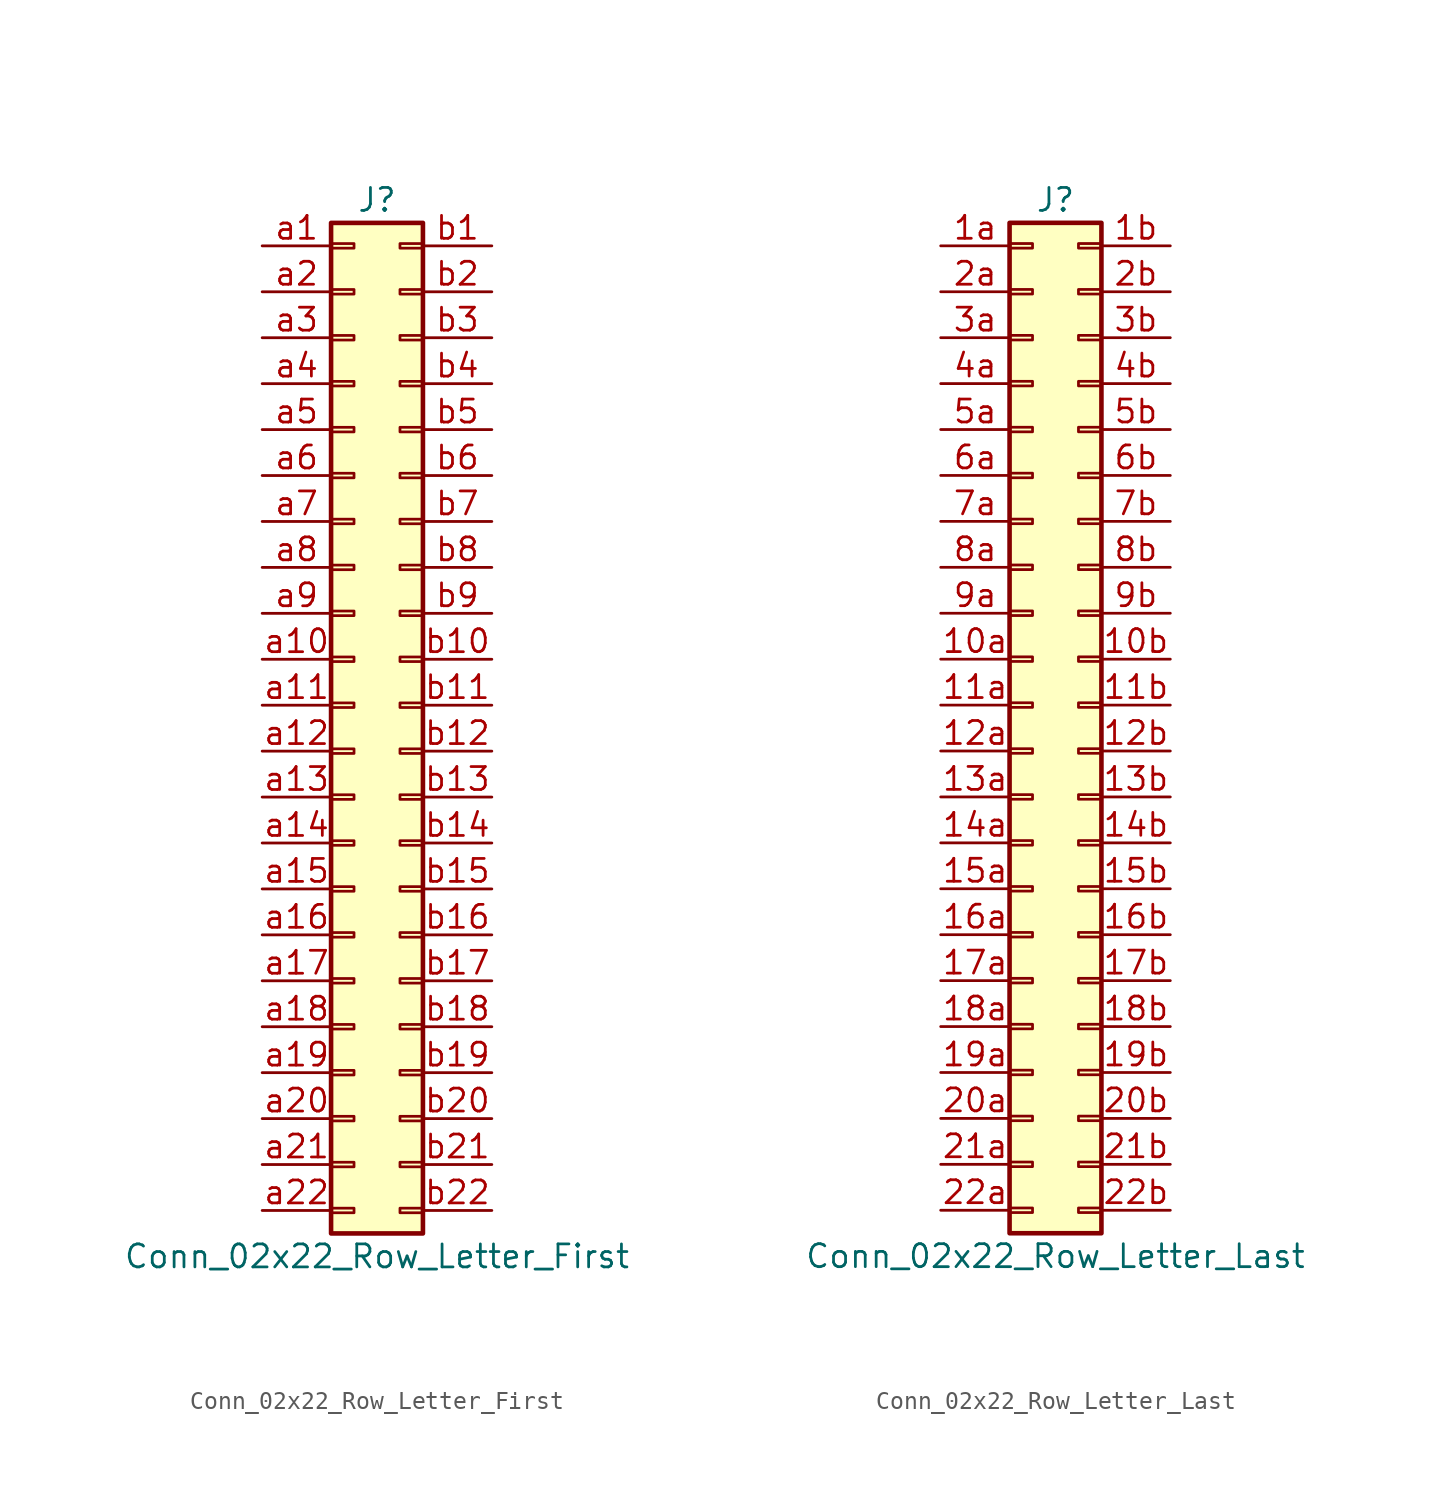
<source format=kicad_sym>
(kicad_symbol_lib
  (version 20201005)
  (generator kicad_symbol_editor)
  (symbol "Connector_Generic:Conn_02x22_Row_Letter_First"
    (pin_names
      (offset 1.016) hide)
    (property "Reference" "J"
      (at 1.27 27.94 0)
      (effects (font (size 1.27 1.27))))
    (property "Value" "Conn_02x22_Row_Letter_First"
      (at 1.27 -30.48 0)
      (effects (font (size 1.27 1.27))))
    (symbol "Conn_02x22_Row_Letter_First_1_1"
      (rectangle (start -1.27 -27.813) (end 0 -28.067) (stroke (width 0.152)) (fill (type none)))
      (rectangle (start -1.27 -4.953) (end 0 -5.207) (stroke (width 0.152)) (fill (type none)))
      (rectangle (start -1.27 -7.493) (end 0 -7.747) (stroke (width 0.152)) (fill (type none)))
      (rectangle (start -1.27 -10.033) (end 0 -10.287) (stroke (width 0.152)) (fill (type none)))
      (rectangle (start -1.27 -12.573) (end 0 -12.827) (stroke (width 0.152)) (fill (type none)))
      (rectangle (start -1.27 -15.113) (end 0 -15.367) (stroke (width 0.152)) (fill (type none)))
      (rectangle (start -1.27 -17.653) (end 0 -17.907) (stroke (width 0.152)) (fill (type none)))
      (rectangle (start -1.27 -20.193) (end 0 -20.447) (stroke (width 0.152)) (fill (type none)))
      (rectangle (start -1.27 -22.733) (end 0 -22.987) (stroke (width 0.152)) (fill (type none)))
      (rectangle (start -1.27 -2.413) (end 0 -2.667) (stroke (width 0.152)) (fill (type none)))
      (rectangle (start -1.27 -25.273) (end 0 -25.527) (stroke (width 0.152)) (fill (type none)))
      (rectangle (start -1.27 25.527) (end 0 25.273) (stroke (width 0.152)) (fill (type none)))
      (rectangle (start -1.27 2.667) (end 0 2.413) (stroke (width 0.152)) (fill (type none)))
      (rectangle (start -1.27 26.67) (end 3.81 -29.21) (stroke (width 0.254)) (fill (type background)))
      (rectangle (start -1.27 5.207) (end 0 4.953) (stroke (width 0.152)) (fill (type none)))
      (rectangle (start -1.27 7.747) (end 0 7.493) (stroke (width 0.152)) (fill (type none)))
      (rectangle (start -1.27 10.287) (end 0 10.033) (stroke (width 0.152)) (fill (type none)))
      (rectangle (start -1.27 0.127) (end 0 -0.127) (stroke (width 0.152)) (fill (type none)))
      (rectangle (start -1.27 12.827) (end 0 12.573) (stroke (width 0.152)) (fill (type none)))
      (rectangle (start -1.27 15.367) (end 0 15.113) (stroke (width 0.152)) (fill (type none)))
      (rectangle (start -1.27 17.907) (end 0 17.653) (stroke (width 0.152)) (fill (type none)))
      (rectangle (start -1.27 20.447) (end 0 20.193) (stroke (width 0.152)) (fill (type none)))
      (rectangle (start -1.27 22.987) (end 0 22.733) (stroke (width 0.152)) (fill (type none)))
      (rectangle (start 3.81 -27.813) (end 2.54 -28.067) (stroke (width 0.152)) (fill (type none)))
      (rectangle (start 3.81 -4.953) (end 2.54 -5.207) (stroke (width 0.152)) (fill (type none)))
      (rectangle (start 3.81 -7.493) (end 2.54 -7.747) (stroke (width 0.152)) (fill (type none)))
      (rectangle (start 3.81 -10.033) (end 2.54 -10.287) (stroke (width 0.152)) (fill (type none)))
      (rectangle (start 3.81 -12.573) (end 2.54 -12.827) (stroke (width 0.152)) (fill (type none)))
      (rectangle (start 3.81 -15.113) (end 2.54 -15.367) (stroke (width 0.152)) (fill (type none)))
      (rectangle (start 3.81 -17.653) (end 2.54 -17.907) (stroke (width 0.152)) (fill (type none)))
      (rectangle (start 3.81 -20.193) (end 2.54 -20.447) (stroke (width 0.152)) (fill (type none)))
      (rectangle (start 3.81 -22.733) (end 2.54 -22.987) (stroke (width 0.152)) (fill (type none)))
      (rectangle (start 3.81 -2.413) (end 2.54 -2.667) (stroke (width 0.152)) (fill (type none)))
      (rectangle (start 3.81 -25.273) (end 2.54 -25.527) (stroke (width 0.152)) (fill (type none)))
      (rectangle (start 3.81 25.527) (end 2.54 25.273) (stroke (width 0.152)) (fill (type none)))
      (rectangle (start 3.81 2.667) (end 2.54 2.413) (stroke (width 0.152)) (fill (type none)))
      (rectangle (start 3.81 5.207) (end 2.54 4.953) (stroke (width 0.152)) (fill (type none)))
      (rectangle (start 3.81 7.747) (end 2.54 7.493) (stroke (width 0.152)) (fill (type none)))
      (rectangle (start 3.81 10.287) (end 2.54 10.033) (stroke (width 0.152)) (fill (type none)))
      (rectangle (start 3.81 0.127) (end 2.54 -0.127) (stroke (width 0.152)) (fill (type none)))
      (rectangle (start 3.81 12.827) (end 2.54 12.573) (stroke (width 0.152)) (fill (type none)))
      (rectangle (start 3.81 15.367) (end 2.54 15.113) (stroke (width 0.152)) (fill (type none)))
      (rectangle (start 3.81 17.907) (end 2.54 17.653) (stroke (width 0.152)) (fill (type none)))
      (rectangle (start 3.81 20.447) (end 2.54 20.193) (stroke (width 0.152)) (fill (type none)))
      (rectangle (start 3.81 22.987) (end 2.54 22.733) (stroke (width 0.152)) (fill (type none)))
      (pin passive line (at -5.08 25.4 0) (length 3.81) (name "Pin_a1" (effects (font (size 1.27 1.27)))) (number "a1" (effects (font (size 1.27 1.27)))))
      (pin passive line (at -5.08 2.54 0) (length 3.81) (name "Pin_a10" (effects (font (size 1.27 1.27)))) (number "a10" (effects (font (size 1.27 1.27)))))
      (pin passive line (at -5.08 0 0) (length 3.81) (name "Pin_a11" (effects (font (size 1.27 1.27)))) (number "a11" (effects (font (size 1.27 1.27)))))
      (pin passive line (at -5.08 -2.54 0) (length 3.81) (name "Pin_a12" (effects (font (size 1.27 1.27)))) (number "a12" (effects (font (size 1.27 1.27)))))
      (pin passive line (at -5.08 -5.08 0) (length 3.81) (name "Pin_a13" (effects (font (size 1.27 1.27)))) (number "a13" (effects (font (size 1.27 1.27)))))
      (pin passive line (at -5.08 -7.62 0) (length 3.81) (name "Pin_a14" (effects (font (size 1.27 1.27)))) (number "a14" (effects (font (size 1.27 1.27)))))
      (pin passive line (at -5.08 -10.16 0) (length 3.81) (name "Pin_a15" (effects (font (size 1.27 1.27)))) (number "a15" (effects (font (size 1.27 1.27)))))
      (pin passive line (at -5.08 -12.7 0) (length 3.81) (name "Pin_a16" (effects (font (size 1.27 1.27)))) (number "a16" (effects (font (size 1.27 1.27)))))
      (pin passive line (at -5.08 -15.24 0) (length 3.81) (name "Pin_a17" (effects (font (size 1.27 1.27)))) (number "a17" (effects (font (size 1.27 1.27)))))
      (pin passive line (at -5.08 -17.78 0) (length 3.81) (name "Pin_a18" (effects (font (size 1.27 1.27)))) (number "a18" (effects (font (size 1.27 1.27)))))
      (pin passive line (at -5.08 -20.32 0) (length 3.81) (name "Pin_a19" (effects (font (size 1.27 1.27)))) (number "a19" (effects (font (size 1.27 1.27)))))
      (pin passive line (at -5.08 22.86 0) (length 3.81) (name "Pin_a2" (effects (font (size 1.27 1.27)))) (number "a2" (effects (font (size 1.27 1.27)))))
      (pin passive line (at -5.08 -22.86 0) (length 3.81) (name "Pin_a20" (effects (font (size 1.27 1.27)))) (number "a20" (effects (font (size 1.27 1.27)))))
      (pin passive line (at -5.08 -25.4 0) (length 3.81) (name "Pin_a21" (effects (font (size 1.27 1.27)))) (number "a21" (effects (font (size 1.27 1.27)))))
      (pin passive line (at -5.08 -27.94 0) (length 3.81) (name "Pin_a22" (effects (font (size 1.27 1.27)))) (number "a22" (effects (font (size 1.27 1.27)))))
      (pin passive line (at -5.08 20.32 0) (length 3.81) (name "Pin_a3" (effects (font (size 1.27 1.27)))) (number "a3" (effects (font (size 1.27 1.27)))))
      (pin passive line (at -5.08 17.78 0) (length 3.81) (name "Pin_a4" (effects (font (size 1.27 1.27)))) (number "a4" (effects (font (size 1.27 1.27)))))
      (pin passive line (at -5.08 15.24 0) (length 3.81) (name "Pin_a5" (effects (font (size 1.27 1.27)))) (number "a5" (effects (font (size 1.27 1.27)))))
      (pin passive line (at -5.08 12.7 0) (length 3.81) (name "Pin_a6" (effects (font (size 1.27 1.27)))) (number "a6" (effects (font (size 1.27 1.27)))))
      (pin passive line (at -5.08 10.16 0) (length 3.81) (name "Pin_a7" (effects (font (size 1.27 1.27)))) (number "a7" (effects (font (size 1.27 1.27)))))
      (pin passive line (at -5.08 7.62 0) (length 3.81) (name "Pin_a8" (effects (font (size 1.27 1.27)))) (number "a8" (effects (font (size 1.27 1.27)))))
      (pin passive line (at -5.08 5.08 0) (length 3.81) (name "Pin_a9" (effects (font (size 1.27 1.27)))) (number "a9" (effects (font (size 1.27 1.27)))))
      (pin passive line (at 7.62 25.4 180) (length 3.81) (name "Pin_b1" (effects (font (size 1.27 1.27)))) (number "b1" (effects (font (size 1.27 1.27)))))
      (pin passive line (at 7.62 2.54 180) (length 3.81) (name "Pin_b10" (effects (font (size 1.27 1.27)))) (number "b10" (effects (font (size 1.27 1.27)))))
      (pin passive line (at 7.62 0 180) (length 3.81) (name "Pin_b11" (effects (font (size 1.27 1.27)))) (number "b11" (effects (font (size 1.27 1.27)))))
      (pin passive line (at 7.62 -2.54 180) (length 3.81) (name "Pin_b12" (effects (font (size 1.27 1.27)))) (number "b12" (effects (font (size 1.27 1.27)))))
      (pin passive line (at 7.62 -5.08 180) (length 3.81) (name "Pin_b13" (effects (font (size 1.27 1.27)))) (number "b13" (effects (font (size 1.27 1.27)))))
      (pin passive line (at 7.62 -7.62 180) (length 3.81) (name "Pin_b14" (effects (font (size 1.27 1.27)))) (number "b14" (effects (font (size 1.27 1.27)))))
      (pin passive line (at 7.62 -10.16 180) (length 3.81) (name "Pin_b15" (effects (font (size 1.27 1.27)))) (number "b15" (effects (font (size 1.27 1.27)))))
      (pin passive line (at 7.62 -12.7 180) (length 3.81) (name "Pin_b16" (effects (font (size 1.27 1.27)))) (number "b16" (effects (font (size 1.27 1.27)))))
      (pin passive line (at 7.62 -15.24 180) (length 3.81) (name "Pin_b17" (effects (font (size 1.27 1.27)))) (number "b17" (effects (font (size 1.27 1.27)))))
      (pin passive line (at 7.62 -17.78 180) (length 3.81) (name "Pin_b18" (effects (font (size 1.27 1.27)))) (number "b18" (effects (font (size 1.27 1.27)))))
      (pin passive line (at 7.62 -20.32 180) (length 3.81) (name "Pin_b19" (effects (font (size 1.27 1.27)))) (number "b19" (effects (font (size 1.27 1.27)))))
      (pin passive line (at 7.62 22.86 180) (length 3.81) (name "Pin_b2" (effects (font (size 1.27 1.27)))) (number "b2" (effects (font (size 1.27 1.27)))))
      (pin passive line (at 7.62 -22.86 180) (length 3.81) (name "Pin_b20" (effects (font (size 1.27 1.27)))) (number "b20" (effects (font (size 1.27 1.27)))))
      (pin passive line (at 7.62 -25.4 180) (length 3.81) (name "Pin_b21" (effects (font (size 1.27 1.27)))) (number "b21" (effects (font (size 1.27 1.27)))))
      (pin passive line (at 7.62 -27.94 180) (length 3.81) (name "Pin_b22" (effects (font (size 1.27 1.27)))) (number "b22" (effects (font (size 1.27 1.27)))))
      (pin passive line (at 7.62 20.32 180) (length 3.81) (name "Pin_b3" (effects (font (size 1.27 1.27)))) (number "b3" (effects (font (size 1.27 1.27)))))
      (pin passive line (at 7.62 17.78 180) (length 3.81) (name "Pin_b4" (effects (font (size 1.27 1.27)))) (number "b4" (effects (font (size 1.27 1.27)))))
      (pin passive line (at 7.62 15.24 180) (length 3.81) (name "Pin_b5" (effects (font (size 1.27 1.27)))) (number "b5" (effects (font (size 1.27 1.27)))))
      (pin passive line (at 7.62 12.7 180) (length 3.81) (name "Pin_b6" (effects (font (size 1.27 1.27)))) (number "b6" (effects (font (size 1.27 1.27)))))
      (pin passive line (at 7.62 10.16 180) (length 3.81) (name "Pin_b7" (effects (font (size 1.27 1.27)))) (number "b7" (effects (font (size 1.27 1.27)))))
      (pin passive line (at 7.62 7.62 180) (length 3.81) (name "Pin_b8" (effects (font (size 1.27 1.27)))) (number "b8" (effects (font (size 1.27 1.27)))))
      (pin passive line (at 7.62 5.08 180) (length 3.81) (name "Pin_b9" (effects (font (size 1.27 1.27)))) (number "b9" (effects (font (size 1.27 1.27)))))))
  (symbol "Connector_Generic:Conn_02x22_Row_Letter_Last"
    (pin_names
      (offset 1.016) hide)
    (property "Reference" "J"
      (at 1.27 27.94 0)
      (effects (font (size 1.27 1.27))))
    (property "Value" "Conn_02x22_Row_Letter_Last"
      (at 1.27 -30.48 0)
      (effects (font (size 1.27 1.27))))
    (symbol "Conn_02x22_Row_Letter_Last_1_1"
      (rectangle (start -1.27 -27.813) (end 0 -28.067) (stroke (width 0.152)) (fill (type none)))
      (rectangle (start -1.27 -4.953) (end 0 -5.207) (stroke (width 0.152)) (fill (type none)))
      (rectangle (start -1.27 -7.493) (end 0 -7.747) (stroke (width 0.152)) (fill (type none)))
      (rectangle (start -1.27 -10.033) (end 0 -10.287) (stroke (width 0.152)) (fill (type none)))
      (rectangle (start -1.27 -12.573) (end 0 -12.827) (stroke (width 0.152)) (fill (type none)))
      (rectangle (start -1.27 -15.113) (end 0 -15.367) (stroke (width 0.152)) (fill (type none)))
      (rectangle (start -1.27 -17.653) (end 0 -17.907) (stroke (width 0.152)) (fill (type none)))
      (rectangle (start -1.27 -20.193) (end 0 -20.447) (stroke (width 0.152)) (fill (type none)))
      (rectangle (start -1.27 -22.733) (end 0 -22.987) (stroke (width 0.152)) (fill (type none)))
      (rectangle (start -1.27 -2.413) (end 0 -2.667) (stroke (width 0.152)) (fill (type none)))
      (rectangle (start -1.27 -25.273) (end 0 -25.527) (stroke (width 0.152)) (fill (type none)))
      (rectangle (start -1.27 25.527) (end 0 25.273) (stroke (width 0.152)) (fill (type none)))
      (rectangle (start -1.27 2.667) (end 0 2.413) (stroke (width 0.152)) (fill (type none)))
      (rectangle (start -1.27 26.67) (end 3.81 -29.21) (stroke (width 0.254)) (fill (type background)))
      (rectangle (start -1.27 5.207) (end 0 4.953) (stroke (width 0.152)) (fill (type none)))
      (rectangle (start -1.27 7.747) (end 0 7.493) (stroke (width 0.152)) (fill (type none)))
      (rectangle (start -1.27 10.287) (end 0 10.033) (stroke (width 0.152)) (fill (type none)))
      (rectangle (start -1.27 0.127) (end 0 -0.127) (stroke (width 0.152)) (fill (type none)))
      (rectangle (start -1.27 12.827) (end 0 12.573) (stroke (width 0.152)) (fill (type none)))
      (rectangle (start -1.27 15.367) (end 0 15.113) (stroke (width 0.152)) (fill (type none)))
      (rectangle (start -1.27 17.907) (end 0 17.653) (stroke (width 0.152)) (fill (type none)))
      (rectangle (start -1.27 20.447) (end 0 20.193) (stroke (width 0.152)) (fill (type none)))
      (rectangle (start -1.27 22.987) (end 0 22.733) (stroke (width 0.152)) (fill (type none)))
      (rectangle (start 3.81 -27.813) (end 2.54 -28.067) (stroke (width 0.152)) (fill (type none)))
      (rectangle (start 3.81 -4.953) (end 2.54 -5.207) (stroke (width 0.152)) (fill (type none)))
      (rectangle (start 3.81 -7.493) (end 2.54 -7.747) (stroke (width 0.152)) (fill (type none)))
      (rectangle (start 3.81 -10.033) (end 2.54 -10.287) (stroke (width 0.152)) (fill (type none)))
      (rectangle (start 3.81 -12.573) (end 2.54 -12.827) (stroke (width 0.152)) (fill (type none)))
      (rectangle (start 3.81 -15.113) (end 2.54 -15.367) (stroke (width 0.152)) (fill (type none)))
      (rectangle (start 3.81 -17.653) (end 2.54 -17.907) (stroke (width 0.152)) (fill (type none)))
      (rectangle (start 3.81 -20.193) (end 2.54 -20.447) (stroke (width 0.152)) (fill (type none)))
      (rectangle (start 3.81 -22.733) (end 2.54 -22.987) (stroke (width 0.152)) (fill (type none)))
      (rectangle (start 3.81 -2.413) (end 2.54 -2.667) (stroke (width 0.152)) (fill (type none)))
      (rectangle (start 3.81 -25.273) (end 2.54 -25.527) (stroke (width 0.152)) (fill (type none)))
      (rectangle (start 3.81 25.527) (end 2.54 25.273) (stroke (width 0.152)) (fill (type none)))
      (rectangle (start 3.81 2.667) (end 2.54 2.413) (stroke (width 0.152)) (fill (type none)))
      (rectangle (start 3.81 5.207) (end 2.54 4.953) (stroke (width 0.152)) (fill (type none)))
      (rectangle (start 3.81 7.747) (end 2.54 7.493) (stroke (width 0.152)) (fill (type none)))
      (rectangle (start 3.81 10.287) (end 2.54 10.033) (stroke (width 0.152)) (fill (type none)))
      (rectangle (start 3.81 0.127) (end 2.54 -0.127) (stroke (width 0.152)) (fill (type none)))
      (rectangle (start 3.81 12.827) (end 2.54 12.573) (stroke (width 0.152)) (fill (type none)))
      (rectangle (start 3.81 15.367) (end 2.54 15.113) (stroke (width 0.152)) (fill (type none)))
      (rectangle (start 3.81 17.907) (end 2.54 17.653) (stroke (width 0.152)) (fill (type none)))
      (rectangle (start 3.81 20.447) (end 2.54 20.193) (stroke (width 0.152)) (fill (type none)))
      (rectangle (start 3.81 22.987) (end 2.54 22.733) (stroke (width 0.152)) (fill (type none)))
      (pin passive line (at -5.08 2.54 0) (length 3.81) (name "Pin_10a" (effects (font (size 1.27 1.27)))) (number "10a" (effects (font (size 1.27 1.27)))))
      (pin passive line (at 7.62 2.54 180) (length 3.81) (name "Pin_10b" (effects (font (size 1.27 1.27)))) (number "10b" (effects (font (size 1.27 1.27)))))
      (pin passive line (at -5.08 0 0) (length 3.81) (name "Pin_11a" (effects (font (size 1.27 1.27)))) (number "11a" (effects (font (size 1.27 1.27)))))
      (pin passive line (at 7.62 0 180) (length 3.81) (name "Pin_11b" (effects (font (size 1.27 1.27)))) (number "11b" (effects (font (size 1.27 1.27)))))
      (pin passive line (at -5.08 -2.54 0) (length 3.81) (name "Pin_12a" (effects (font (size 1.27 1.27)))) (number "12a" (effects (font (size 1.27 1.27)))))
      (pin passive line (at 7.62 -2.54 180) (length 3.81) (name "Pin_12b" (effects (font (size 1.27 1.27)))) (number "12b" (effects (font (size 1.27 1.27)))))
      (pin passive line (at -5.08 -5.08 0) (length 3.81) (name "Pin_13a" (effects (font (size 1.27 1.27)))) (number "13a" (effects (font (size 1.27 1.27)))))
      (pin passive line (at 7.62 -5.08 180) (length 3.81) (name "Pin_13b" (effects (font (size 1.27 1.27)))) (number "13b" (effects (font (size 1.27 1.27)))))
      (pin passive line (at -5.08 -7.62 0) (length 3.81) (name "Pin_14a" (effects (font (size 1.27 1.27)))) (number "14a" (effects (font (size 1.27 1.27)))))
      (pin passive line (at 7.62 -7.62 180) (length 3.81) (name "Pin_14b" (effects (font (size 1.27 1.27)))) (number "14b" (effects (font (size 1.27 1.27)))))
      (pin passive line (at -5.08 -10.16 0) (length 3.81) (name "Pin_15a" (effects (font (size 1.27 1.27)))) (number "15a" (effects (font (size 1.27 1.27)))))
      (pin passive line (at 7.62 -10.16 180) (length 3.81) (name "Pin_15b" (effects (font (size 1.27 1.27)))) (number "15b" (effects (font (size 1.27 1.27)))))
      (pin passive line (at -5.08 -12.7 0) (length 3.81) (name "Pin_16a" (effects (font (size 1.27 1.27)))) (number "16a" (effects (font (size 1.27 1.27)))))
      (pin passive line (at 7.62 -12.7 180) (length 3.81) (name "Pin_16b" (effects (font (size 1.27 1.27)))) (number "16b" (effects (font (size 1.27 1.27)))))
      (pin passive line (at -5.08 -15.24 0) (length 3.81) (name "Pin_17a" (effects (font (size 1.27 1.27)))) (number "17a" (effects (font (size 1.27 1.27)))))
      (pin passive line (at 7.62 -15.24 180) (length 3.81) (name "Pin_17b" (effects (font (size 1.27 1.27)))) (number "17b" (effects (font (size 1.27 1.27)))))
      (pin passive line (at -5.08 -17.78 0) (length 3.81) (name "Pin_18a" (effects (font (size 1.27 1.27)))) (number "18a" (effects (font (size 1.27 1.27)))))
      (pin passive line (at 7.62 -17.78 180) (length 3.81) (name "Pin_18b" (effects (font (size 1.27 1.27)))) (number "18b" (effects (font (size 1.27 1.27)))))
      (pin passive line (at -5.08 -20.32 0) (length 3.81) (name "Pin_19a" (effects (font (size 1.27 1.27)))) (number "19a" (effects (font (size 1.27 1.27)))))
      (pin passive line (at 7.62 -20.32 180) (length 3.81) (name "Pin_19b" (effects (font (size 1.27 1.27)))) (number "19b" (effects (font (size 1.27 1.27)))))
      (pin passive line (at -5.08 25.4 0) (length 3.81) (name "Pin_1a" (effects (font (size 1.27 1.27)))) (number "1a" (effects (font (size 1.27 1.27)))))
      (pin passive line (at 7.62 25.4 180) (length 3.81) (name "Pin_1b" (effects (font (size 1.27 1.27)))) (number "1b" (effects (font (size 1.27 1.27)))))
      (pin passive line (at -5.08 -22.86 0) (length 3.81) (name "Pin_20a" (effects (font (size 1.27 1.27)))) (number "20a" (effects (font (size 1.27 1.27)))))
      (pin passive line (at 7.62 -22.86 180) (length 3.81) (name "Pin_20b" (effects (font (size 1.27 1.27)))) (number "20b" (effects (font (size 1.27 1.27)))))
      (pin passive line (at -5.08 -25.4 0) (length 3.81) (name "Pin_21a" (effects (font (size 1.27 1.27)))) (number "21a" (effects (font (size 1.27 1.27)))))
      (pin passive line (at 7.62 -25.4 180) (length 3.81) (name "Pin_21b" (effects (font (size 1.27 1.27)))) (number "21b" (effects (font (size 1.27 1.27)))))
      (pin passive line (at -5.08 -27.94 0) (length 3.81) (name "Pin_22a" (effects (font (size 1.27 1.27)))) (number "22a" (effects (font (size 1.27 1.27)))))
      (pin passive line (at 7.62 -27.94 180) (length 3.81) (name "Pin_22b" (effects (font (size 1.27 1.27)))) (number "22b" (effects (font (size 1.27 1.27)))))
      (pin passive line (at -5.08 22.86 0) (length 3.81) (name "Pin_2a" (effects (font (size 1.27 1.27)))) (number "2a" (effects (font (size 1.27 1.27)))))
      (pin passive line (at 7.62 22.86 180) (length 3.81) (name "Pin_2b" (effects (font (size 1.27 1.27)))) (number "2b" (effects (font (size 1.27 1.27)))))
      (pin passive line (at -5.08 20.32 0) (length 3.81) (name "Pin_3a" (effects (font (size 1.27 1.27)))) (number "3a" (effects (font (size 1.27 1.27)))))
      (pin passive line (at 7.62 20.32 180) (length 3.81) (name "Pin_3b" (effects (font (size 1.27 1.27)))) (number "3b" (effects (font (size 1.27 1.27)))))
      (pin passive line (at -5.08 17.78 0) (length 3.81) (name "Pin_4a" (effects (font (size 1.27 1.27)))) (number "4a" (effects (font (size 1.27 1.27)))))
      (pin passive line (at 7.62 17.78 180) (length 3.81) (name "Pin_4b" (effects (font (size 1.27 1.27)))) (number "4b" (effects (font (size 1.27 1.27)))))
      (pin passive line (at -5.08 15.24 0) (length 3.81) (name "Pin_5a" (effects (font (size 1.27 1.27)))) (number "5a" (effects (font (size 1.27 1.27)))))
      (pin passive line (at 7.62 15.24 180) (length 3.81) (name "Pin_5b" (effects (font (size 1.27 1.27)))) (number "5b" (effects (font (size 1.27 1.27)))))
      (pin passive line (at -5.08 12.7 0) (length 3.81) (name "Pin_6a" (effects (font (size 1.27 1.27)))) (number "6a" (effects (font (size 1.27 1.27)))))
      (pin passive line (at 7.62 12.7 180) (length 3.81) (name "Pin_6b" (effects (font (size 1.27 1.27)))) (number "6b" (effects (font (size 1.27 1.27)))))
      (pin passive line (at -5.08 10.16 0) (length 3.81) (name "Pin_7a" (effects (font (size 1.27 1.27)))) (number "7a" (effects (font (size 1.27 1.27)))))
      (pin passive line (at 7.62 10.16 180) (length 3.81) (name "Pin_7b" (effects (font (size 1.27 1.27)))) (number "7b" (effects (font (size 1.27 1.27)))))
      (pin passive line (at -5.08 7.62 0) (length 3.81) (name "Pin_8a" (effects (font (size 1.27 1.27)))) (number "8a" (effects (font (size 1.27 1.27)))))
      (pin passive line (at 7.62 7.62 180) (length 3.81) (name "Pin_8b" (effects (font (size 1.27 1.27)))) (number "8b" (effects (font (size 1.27 1.27)))))
      (pin passive line (at -5.08 5.08 0) (length 3.81) (name "Pin_9a" (effects (font (size 1.27 1.27)))) (number "9a" (effects (font (size 1.27 1.27)))))
      (pin passive line (at 7.62 5.08 180) (length 3.81) (name "Pin_9b" (effects (font (size 1.27 1.27)))) (number "9b" (effects (font (size 1.27 1.27))))))))
</source>
